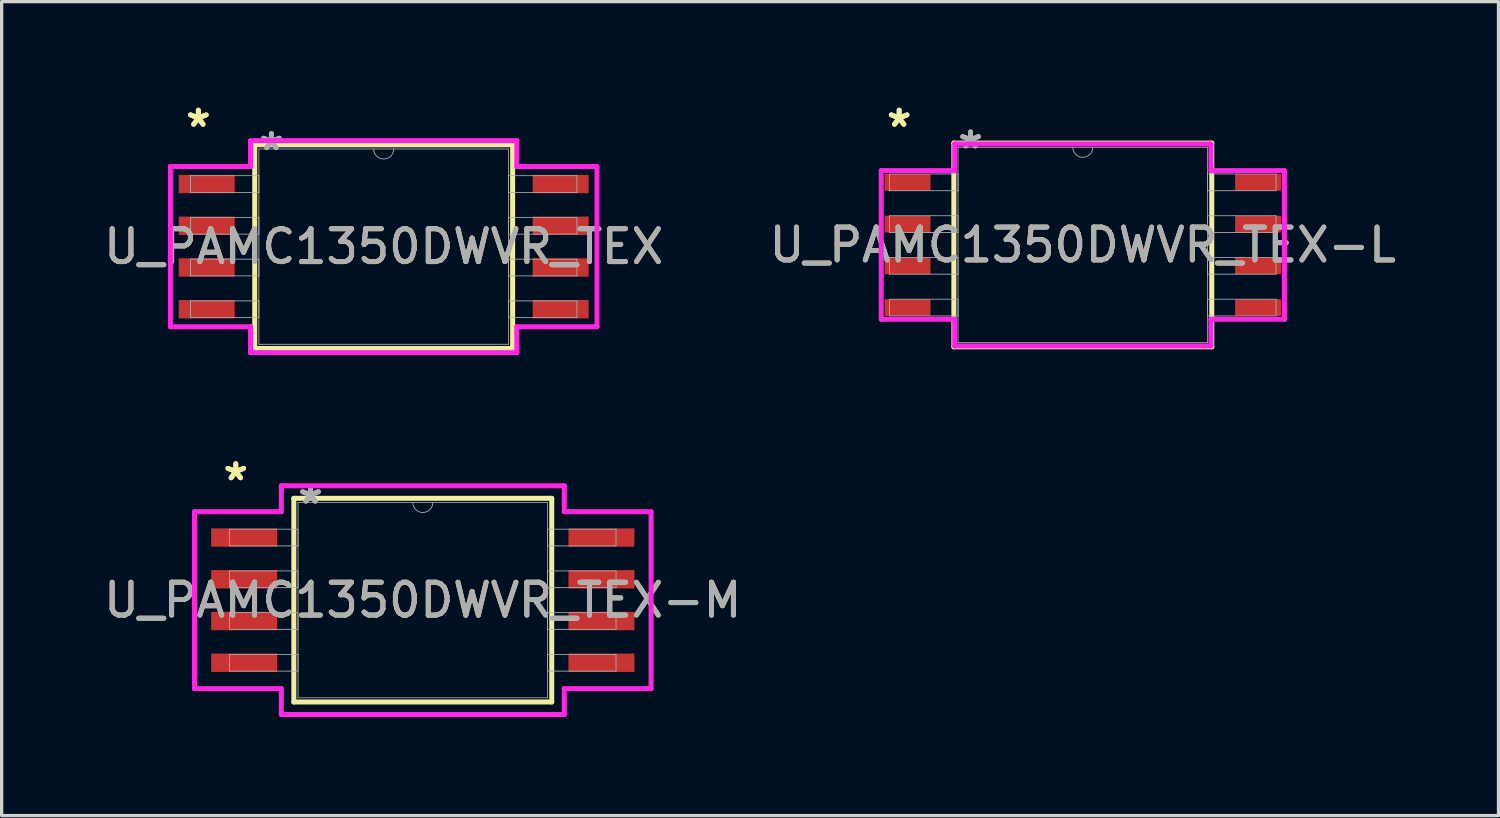
<source format=kicad_pcb>
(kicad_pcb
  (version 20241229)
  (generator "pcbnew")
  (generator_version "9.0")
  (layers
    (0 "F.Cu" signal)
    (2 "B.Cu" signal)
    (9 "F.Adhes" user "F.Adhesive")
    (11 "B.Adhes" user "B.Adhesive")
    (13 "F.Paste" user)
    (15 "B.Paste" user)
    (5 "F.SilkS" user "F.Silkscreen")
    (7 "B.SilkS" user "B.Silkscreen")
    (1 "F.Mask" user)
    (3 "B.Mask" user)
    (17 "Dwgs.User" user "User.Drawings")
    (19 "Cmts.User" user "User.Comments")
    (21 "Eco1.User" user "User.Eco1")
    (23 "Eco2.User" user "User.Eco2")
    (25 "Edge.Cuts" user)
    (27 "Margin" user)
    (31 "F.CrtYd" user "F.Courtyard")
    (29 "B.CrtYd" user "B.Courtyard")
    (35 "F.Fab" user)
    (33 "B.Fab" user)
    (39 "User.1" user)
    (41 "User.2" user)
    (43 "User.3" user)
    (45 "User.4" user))
  (footprint "U_PAMC1350DWVR_TEX-L"
    (layer "F.Cu")
    (at 29.899 4.404)
    (property "Reference" "U_PAMC1350DWVR_TEX-L" (at 0 0 0) (unlocked yes) (layer "F.SilkS") (effects (font (size 1 1) (thickness 0.15))))
    (attr smd)
    (fp_line (start -3.924 -3.099) (end -3.924 3.099) (stroke (width 0.152) (type solid)) (layer "F.SilkS"))
    (fp_line (start -3.924 3.099) (end 3.924 3.099) (stroke (width 0.152) (type solid)) (layer "F.SilkS"))
    (fp_line (start 3.924 -3.099) (end -3.924 -3.099) (stroke (width 0.152) (type solid)) (layer "F.SilkS"))
    (fp_line (start 3.924 3.099) (end 3.924 -3.099) (stroke (width 0.152) (type solid)) (layer "F.SilkS"))
    (fp_line (start -6.134 -2.261) (end -3.899 -2.261) (stroke (width 0.152) (type solid)) (layer "F.CrtYd"))
    (fp_line (start -6.134 2.261) (end -6.134 -2.261) (stroke (width 0.152) (type solid)) (layer "F.CrtYd"))
    (fp_line (start -6.134 2.261) (end -3.899 2.261) (stroke (width 0.152) (type solid)) (layer "F.CrtYd"))
    (fp_line (start -3.899 -3.073) (end 3.899 -3.073) (stroke (width 0.152) (type solid)) (layer "F.CrtYd"))
    (fp_line (start -3.899 -2.261) (end -3.899 -3.073) (stroke (width 0.152) (type solid)) (layer "F.CrtYd"))
    (fp_line (start -3.899 3.073) (end -3.899 2.261) (stroke (width 0.152) (type solid)) (layer "F.CrtYd"))
    (fp_line (start 3.899 -3.073) (end 3.899 -2.261) (stroke (width 0.152) (type solid)) (layer "F.CrtYd"))
    (fp_line (start 3.899 2.261) (end 3.899 3.073) (stroke (width 0.152) (type solid)) (layer "F.CrtYd"))
    (fp_line (start 3.899 3.073) (end -3.899 3.073) (stroke (width 0.152) (type solid)) (layer "F.CrtYd"))
    (fp_line (start 6.134 -2.261) (end 3.899 -2.261) (stroke (width 0.152) (type solid)) (layer "F.CrtYd"))
    (fp_line (start 6.134 -2.261) (end 6.134 2.261) (stroke (width 0.152) (type solid)) (layer "F.CrtYd"))
    (fp_line (start 6.134 2.261) (end 3.899 2.261) (stroke (width 0.152) (type solid)) (layer "F.CrtYd"))
    (fp_line (start -5.88 -2.159) (end -5.88 -1.651) (stroke (width 0.025) (type solid)) (layer "F.Fab"))
    (fp_line (start -5.88 -1.651) (end -3.797 -1.651) (stroke (width 0.025) (type solid)) (layer "F.Fab"))
    (fp_line (start -5.88 -0.889) (end -5.88 -0.381) (stroke (width 0.025) (type solid)) (layer "F.Fab"))
    (fp_line (start -5.88 -0.381) (end -3.797 -0.381) (stroke (width 0.025) (type solid)) (layer "F.Fab"))
    (fp_line (start -5.88 0.381) (end -5.88 0.889) (stroke (width 0.025) (type solid)) (layer "F.Fab"))
    (fp_line (start -5.88 0.889) (end -3.797 0.889) (stroke (width 0.025) (type solid)) (layer "F.Fab"))
    (fp_line (start -5.88 1.651) (end -5.88 2.159) (stroke (width 0.025) (type solid)) (layer "F.Fab"))
    (fp_line (start -5.88 2.159) (end -3.797 2.159) (stroke (width 0.025) (type solid)) (layer "F.Fab"))
    (fp_line (start -3.797 -2.972) (end -3.797 2.972) (stroke (width 0.025) (type solid)) (layer "F.Fab"))
    (fp_line (start -3.797 -2.159) (end -5.88 -2.159) (stroke (width 0.025) (type solid)) (layer "F.Fab"))
    (fp_line (start -3.797 -1.651) (end -3.797 -2.159) (stroke (width 0.025) (type solid)) (layer "F.Fab"))
    (fp_line (start -3.797 -0.889) (end -5.88 -0.889) (stroke (width 0.025) (type solid)) (layer "F.Fab"))
    (fp_line (start -3.797 -0.381) (end -3.797 -0.889) (stroke (width 0.025) (type solid)) (layer "F.Fab"))
    (fp_line (start -3.797 0.381) (end -5.88 0.381) (stroke (width 0.025) (type solid)) (layer "F.Fab"))
    (fp_line (start -3.797 0.889) (end -3.797 0.381) (stroke (width 0.025) (type solid)) (layer "F.Fab"))
    (fp_line (start -3.797 1.651) (end -5.88 1.651) (stroke (width 0.025) (type solid)) (layer "F.Fab"))
    (fp_line (start -3.797 2.159) (end -3.797 1.651) (stroke (width 0.025) (type solid)) (layer "F.Fab"))
    (fp_line (start -3.797 2.972) (end 3.797 2.972) (stroke (width 0.025) (type solid)) (layer "F.Fab"))
    (fp_line (start 3.797 -2.972) (end -3.797 -2.972) (stroke (width 0.025) (type solid)) (layer "F.Fab"))
    (fp_line (start 3.797 -2.159) (end 3.797 -1.651) (stroke (width 0.025) (type solid)) (layer "F.Fab"))
    (fp_line (start 3.797 -1.651) (end 5.88 -1.651) (stroke (width 0.025) (type solid)) (layer "F.Fab"))
    (fp_line (start 3.797 -0.889) (end 3.797 -0.381) (stroke (width 0.025) (type solid)) (layer "F.Fab"))
    (fp_line (start 3.797 -0.381) (end 5.88 -0.381) (stroke (width 0.025) (type solid)) (layer "F.Fab"))
    (fp_line (start 3.797 0.381) (end 3.797 0.889) (stroke (width 0.025) (type solid)) (layer "F.Fab"))
    (fp_line (start 3.797 0.889) (end 5.88 0.889) (stroke (width 0.025) (type solid)) (layer "F.Fab"))
    (fp_line (start 3.797 1.651) (end 3.797 2.159) (stroke (width 0.025) (type solid)) (layer "F.Fab"))
    (fp_line (start 3.797 2.159) (end 5.88 2.159) (stroke (width 0.025) (type solid)) (layer "F.Fab"))
    (fp_line (start 3.797 2.972) (end 3.797 -2.972) (stroke (width 0.025) (type solid)) (layer "F.Fab"))
    (fp_line (start 5.88 -2.159) (end 3.797 -2.159) (stroke (width 0.025) (type solid)) (layer "F.Fab"))
    (fp_line (start 5.88 -1.651) (end 5.88 -2.159) (stroke (width 0.025) (type solid)) (layer "F.Fab"))
    (fp_line (start 5.88 -0.889) (end 3.797 -0.889) (stroke (width 0.025) (type solid)) (layer "F.Fab"))
    (fp_line (start 5.88 -0.381) (end 5.88 -0.889) (stroke (width 0.025) (type solid)) (layer "F.Fab"))
    (fp_line (start 5.88 0.381) (end 3.797 0.381) (stroke (width 0.025) (type solid)) (layer "F.Fab"))
    (fp_line (start 5.88 0.889) (end 5.88 0.381) (stroke (width 0.025) (type solid)) (layer "F.Fab"))
    (fp_line (start 5.88 1.651) (end 3.797 1.651) (stroke (width 0.025) (type solid)) (layer "F.Fab"))
    (fp_line (start 5.88 2.159) (end 5.88 1.651) (stroke (width 0.025) (type solid)) (layer "F.Fab"))
    (fp_arc (start 0.3048 -2.9718) (mid 0 -2.667) (end -0.3048 -2.9718) (stroke (width 0.0254) (type solid)) (layer "F.Fab"))
    (fp_text user "*" (at -5.588 -3.556 0) (layer "F.SilkS") (effects (font (size 1 1) (thickness 0.15))))
    (fp_text user "*" (at -5.588 -3.556 0) (unlocked yes) (layer "F.SilkS") (effects (font (size 1 1) (thickness 0.15))))
    (fp_text user "*" (at -3.416 -2.896 0) (unlocked yes) (layer "F.Fab") (effects (font (size 1 1) (thickness 0.15))))
    (fp_text user "${REFERENCE}" (at 0 0 0) (unlocked yes) (layer "F.Fab") (effects (font (size 1 1) (thickness 0.15))))
    (fp_text user "*" (at -3.416 -2.896 0) (layer "F.Fab") (effects (font (size 1 1) (thickness 0.15))))
    (pad "1" smd rect (at -5.334 -1.905) (size 1.397 0.508) (layers "F.Cu" "F.Mask" "F.Paste"))
    (pad "2" smd rect (at -5.334 -0.635) (size 1.397 0.508) (layers "F.Cu" "F.Mask" "F.Paste"))
    (pad "3" smd rect (at -5.334 0.635) (size 1.397 0.508) (layers "F.Cu" "F.Mask" "F.Paste"))
    (pad "4" smd rect (at -5.334 1.905) (size 1.397 0.508) (layers "F.Cu" "F.Mask" "F.Paste"))
    (pad "5" smd rect (at 5.334 1.905) (size 1.397 0.508) (layers "F.Cu" "F.Mask" "F.Paste"))
    (pad "6" smd rect (at 5.334 0.635) (size 1.397 0.508) (layers "F.Cu" "F.Mask" "F.Paste"))
    (pad "7" smd rect (at 5.334 -0.635) (size 1.397 0.508) (layers "F.Cu" "F.Mask" "F.Paste"))
    (pad "8" smd rect (at 5.334 -1.905) (size 1.397 0.508) (layers "F.Cu" "F.Mask" "F.Paste")))
  (footprint "U_PAMC1350DWVR_TEX-M"
    (layer "F.Cu")
    (at 9.815 15.212)
    (property "Reference" "U_PAMC1350DWVR_TEX-M" (at 0 0 0) (unlocked yes) (layer "F.SilkS") (effects (font (size 1 1) (thickness 0.15))))
    (attr smd)
    (fp_line (start -3.924 -3.099) (end -3.924 3.099) (stroke (width 0.152) (type solid)) (layer "F.SilkS"))
    (fp_line (start -3.924 3.099) (end 3.924 3.099) (stroke (width 0.152) (type solid)) (layer "F.SilkS"))
    (fp_line (start 3.924 -3.099) (end -3.924 -3.099) (stroke (width 0.152) (type solid)) (layer "F.SilkS"))
    (fp_line (start 3.924 3.099) (end 3.924 -3.099) (stroke (width 0.152) (type solid)) (layer "F.SilkS"))
    (fp_line (start -6.947 -2.692) (end -4.305 -2.692) (stroke (width 0.152) (type solid)) (layer "F.CrtYd"))
    (fp_line (start -6.947 2.692) (end -6.947 -2.692) (stroke (width 0.152) (type solid)) (layer "F.CrtYd"))
    (fp_line (start -6.947 2.692) (end -4.305 2.692) (stroke (width 0.152) (type solid)) (layer "F.CrtYd"))
    (fp_line (start -4.305 -3.48) (end 4.305 -3.48) (stroke (width 0.152) (type solid)) (layer "F.CrtYd"))
    (fp_line (start -4.305 -2.692) (end -4.305 -3.48) (stroke (width 0.152) (type solid)) (layer "F.CrtYd"))
    (fp_line (start -4.305 3.48) (end -4.305 2.692) (stroke (width 0.152) (type solid)) (layer "F.CrtYd"))
    (fp_line (start 4.305 -3.48) (end 4.305 -2.692) (stroke (width 0.152) (type solid)) (layer "F.CrtYd"))
    (fp_line (start 4.305 2.692) (end 4.305 3.48) (stroke (width 0.152) (type solid)) (layer "F.CrtYd"))
    (fp_line (start 4.305 3.48) (end -4.305 3.48) (stroke (width 0.152) (type solid)) (layer "F.CrtYd"))
    (fp_line (start 6.947 -2.692) (end 4.305 -2.692) (stroke (width 0.152) (type solid)) (layer "F.CrtYd"))
    (fp_line (start 6.947 -2.692) (end 6.947 2.692) (stroke (width 0.152) (type solid)) (layer "F.CrtYd"))
    (fp_line (start 6.947 2.692) (end 4.305 2.692) (stroke (width 0.152) (type solid)) (layer "F.CrtYd"))
    (fp_line (start -5.88 -2.159) (end -5.88 -1.651) (stroke (width 0.025) (type solid)) (layer "F.Fab"))
    (fp_line (start -5.88 -1.651) (end -3.797 -1.651) (stroke (width 0.025) (type solid)) (layer "F.Fab"))
    (fp_line (start -5.88 -0.889) (end -5.88 -0.381) (stroke (width 0.025) (type solid)) (layer "F.Fab"))
    (fp_line (start -5.88 -0.381) (end -3.797 -0.381) (stroke (width 0.025) (type solid)) (layer "F.Fab"))
    (fp_line (start -5.88 0.381) (end -5.88 0.889) (stroke (width 0.025) (type solid)) (layer "F.Fab"))
    (fp_line (start -5.88 0.889) (end -3.797 0.889) (stroke (width 0.025) (type solid)) (layer "F.Fab"))
    (fp_line (start -5.88 1.651) (end -5.88 2.159) (stroke (width 0.025) (type solid)) (layer "F.Fab"))
    (fp_line (start -5.88 2.159) (end -3.797 2.159) (stroke (width 0.025) (type solid)) (layer "F.Fab"))
    (fp_line (start -3.797 -2.972) (end -3.797 2.972) (stroke (width 0.025) (type solid)) (layer "F.Fab"))
    (fp_line (start -3.797 -2.159) (end -5.88 -2.159) (stroke (width 0.025) (type solid)) (layer "F.Fab"))
    (fp_line (start -3.797 -1.651) (end -3.797 -2.159) (stroke (width 0.025) (type solid)) (layer "F.Fab"))
    (fp_line (start -3.797 -0.889) (end -5.88 -0.889) (stroke (width 0.025) (type solid)) (layer "F.Fab"))
    (fp_line (start -3.797 -0.381) (end -3.797 -0.889) (stroke (width 0.025) (type solid)) (layer "F.Fab"))
    (fp_line (start -3.797 0.381) (end -5.88 0.381) (stroke (width 0.025) (type solid)) (layer "F.Fab"))
    (fp_line (start -3.797 0.889) (end -3.797 0.381) (stroke (width 0.025) (type solid)) (layer "F.Fab"))
    (fp_line (start -3.797 1.651) (end -5.88 1.651) (stroke (width 0.025) (type solid)) (layer "F.Fab"))
    (fp_line (start -3.797 2.159) (end -3.797 1.651) (stroke (width 0.025) (type solid)) (layer "F.Fab"))
    (fp_line (start -3.797 2.972) (end 3.797 2.972) (stroke (width 0.025) (type solid)) (layer "F.Fab"))
    (fp_line (start 3.797 -2.972) (end -3.797 -2.972) (stroke (width 0.025) (type solid)) (layer "F.Fab"))
    (fp_line (start 3.797 -2.159) (end 3.797 -1.651) (stroke (width 0.025) (type solid)) (layer "F.Fab"))
    (fp_line (start 3.797 -1.651) (end 5.88 -1.651) (stroke (width 0.025) (type solid)) (layer "F.Fab"))
    (fp_line (start 3.797 -0.889) (end 3.797 -0.381) (stroke (width 0.025) (type solid)) (layer "F.Fab"))
    (fp_line (start 3.797 -0.381) (end 5.88 -0.381) (stroke (width 0.025) (type solid)) (layer "F.Fab"))
    (fp_line (start 3.797 0.381) (end 3.797 0.889) (stroke (width 0.025) (type solid)) (layer "F.Fab"))
    (fp_line (start 3.797 0.889) (end 5.88 0.889) (stroke (width 0.025) (type solid)) (layer "F.Fab"))
    (fp_line (start 3.797 1.651) (end 3.797 2.159) (stroke (width 0.025) (type solid)) (layer "F.Fab"))
    (fp_line (start 3.797 2.159) (end 5.88 2.159) (stroke (width 0.025) (type solid)) (layer "F.Fab"))
    (fp_line (start 3.797 2.972) (end 3.797 -2.972) (stroke (width 0.025) (type solid)) (layer "F.Fab"))
    (fp_line (start 5.88 -2.159) (end 3.797 -2.159) (stroke (width 0.025) (type solid)) (layer "F.Fab"))
    (fp_line (start 5.88 -1.651) (end 5.88 -2.159) (stroke (width 0.025) (type solid)) (layer "F.Fab"))
    (fp_line (start 5.88 -0.889) (end 3.797 -0.889) (stroke (width 0.025) (type solid)) (layer "F.Fab"))
    (fp_line (start 5.88 -0.381) (end 5.88 -0.889) (stroke (width 0.025) (type solid)) (layer "F.Fab"))
    (fp_line (start 5.88 0.381) (end 3.797 0.381) (stroke (width 0.025) (type solid)) (layer "F.Fab"))
    (fp_line (start 5.88 0.889) (end 5.88 0.381) (stroke (width 0.025) (type solid)) (layer "F.Fab"))
    (fp_line (start 5.88 1.651) (end 3.797 1.651) (stroke (width 0.025) (type solid)) (layer "F.Fab"))
    (fp_line (start 5.88 2.159) (end 5.88 1.651) (stroke (width 0.025) (type solid)) (layer "F.Fab"))
    (fp_arc (start 0.3048 -2.9718) (mid 0 -2.667) (end -0.3048 -2.9718) (stroke (width 0.0254) (type solid)) (layer "F.Fab"))
    (fp_text user "*" (at -5.69 -3.607 0) (layer "F.SilkS") (effects (font (size 1 1) (thickness 0.15))))
    (fp_text user "*" (at -5.69 -3.607 0) (unlocked yes) (layer "F.SilkS") (effects (font (size 1 1) (thickness 0.15))))
    (fp_text user "${REFERENCE}" (at 0 0 0) (unlocked yes) (layer "F.Fab") (effects (font (size 1 1) (thickness 0.15))))
    (fp_text user "*" (at -3.416 -2.896 0) (unlocked yes) (layer "F.Fab") (effects (font (size 1 1) (thickness 0.15))))
    (fp_text user "*" (at -3.416 -2.896 0) (layer "F.Fab") (effects (font (size 1 1) (thickness 0.15))))
    (pad "1" smd rect (at -5.436 -1.905) (size 2.007 0.559) (layers "F.Cu" "F.Mask" "F.Paste"))
    (pad "2" smd rect (at -5.436 -0.635) (size 2.007 0.559) (layers "F.Cu" "F.Mask" "F.Paste"))
    (pad "3" smd rect (at -5.436 0.635) (size 2.007 0.559) (layers "F.Cu" "F.Mask" "F.Paste"))
    (pad "4" smd rect (at -5.436 1.905) (size 2.007 0.559) (layers "F.Cu" "F.Mask" "F.Paste"))
    (pad "5" smd rect (at 5.436 1.905) (size 2.007 0.559) (layers "F.Cu" "F.Mask" "F.Paste"))
    (pad "6" smd rect (at 5.436 0.635) (size 2.007 0.559) (layers "F.Cu" "F.Mask" "F.Paste"))
    (pad "7" smd rect (at 5.436 -0.635) (size 2.007 0.559) (layers "F.Cu" "F.Mask" "F.Paste"))
    (pad "8" smd rect (at 5.436 -1.905) (size 2.007 0.559) (layers "F.Cu" "F.Mask" "F.Paste")))
  (footprint "U_PAMC1350DWVR_TEX"
    (layer "F.Cu")
    (at 8.625 4.455)
    (property "Reference" "U_PAMC1350DWVR_TEX" (at 0 0 0) (unlocked yes) (layer "F.SilkS") (effects (font (size 1 1) (thickness 0.15))))
    (attr smd)
    (fp_line (start -3.924 -3.099) (end -3.924 3.099) (stroke (width 0.152) (type solid)) (layer "F.SilkS"))
    (fp_line (start -3.924 3.099) (end 3.924 3.099) (stroke (width 0.152) (type solid)) (layer "F.SilkS"))
    (fp_line (start 3.924 -3.099) (end -3.924 -3.099) (stroke (width 0.152) (type solid)) (layer "F.SilkS"))
    (fp_line (start 3.924 3.099) (end 3.924 -3.099) (stroke (width 0.152) (type solid)) (layer "F.SilkS"))
    (fp_line (start -6.49 -2.438) (end -4.051 -2.438) (stroke (width 0.152) (type solid)) (layer "F.CrtYd"))
    (fp_line (start -6.49 2.438) (end -6.49 -2.438) (stroke (width 0.152) (type solid)) (layer "F.CrtYd"))
    (fp_line (start -6.49 2.438) (end -4.051 2.438) (stroke (width 0.152) (type solid)) (layer "F.CrtYd"))
    (fp_line (start -4.051 -3.226) (end 4.051 -3.226) (stroke (width 0.152) (type solid)) (layer "F.CrtYd"))
    (fp_line (start -4.051 -2.438) (end -4.051 -3.226) (stroke (width 0.152) (type solid)) (layer "F.CrtYd"))
    (fp_line (start -4.051 3.226) (end -4.051 2.438) (stroke (width 0.152) (type solid)) (layer "F.CrtYd"))
    (fp_line (start 4.051 -3.226) (end 4.051 -2.438) (stroke (width 0.152) (type solid)) (layer "F.CrtYd"))
    (fp_line (start 4.051 2.438) (end 4.051 3.226) (stroke (width 0.152) (type solid)) (layer "F.CrtYd"))
    (fp_line (start 4.051 3.226) (end -4.051 3.226) (stroke (width 0.152) (type solid)) (layer "F.CrtYd"))
    (fp_line (start 6.49 -2.438) (end 4.051 -2.438) (stroke (width 0.152) (type solid)) (layer "F.CrtYd"))
    (fp_line (start 6.49 -2.438) (end 6.49 2.438) (stroke (width 0.152) (type solid)) (layer "F.CrtYd"))
    (fp_line (start 6.49 2.438) (end 4.051 2.438) (stroke (width 0.152) (type solid)) (layer "F.CrtYd"))
    (fp_line (start -5.88 -2.159) (end -5.88 -1.651) (stroke (width 0.025) (type solid)) (layer "F.Fab"))
    (fp_line (start -5.88 -1.651) (end -3.797 -1.651) (stroke (width 0.025) (type solid)) (layer "F.Fab"))
    (fp_line (start -5.88 -0.889) (end -5.88 -0.381) (stroke (width 0.025) (type solid)) (layer "F.Fab"))
    (fp_line (start -5.88 -0.381) (end -3.797 -0.381) (stroke (width 0.025) (type solid)) (layer "F.Fab"))
    (fp_line (start -5.88 0.381) (end -5.88 0.889) (stroke (width 0.025) (type solid)) (layer "F.Fab"))
    (fp_line (start -5.88 0.889) (end -3.797 0.889) (stroke (width 0.025) (type solid)) (layer "F.Fab"))
    (fp_line (start -5.88 1.651) (end -5.88 2.159) (stroke (width 0.025) (type solid)) (layer "F.Fab"))
    (fp_line (start -5.88 2.159) (end -3.797 2.159) (stroke (width 0.025) (type solid)) (layer "F.Fab"))
    (fp_line (start -3.797 -2.972) (end -3.797 2.972) (stroke (width 0.025) (type solid)) (layer "F.Fab"))
    (fp_line (start -3.797 -2.159) (end -5.88 -2.159) (stroke (width 0.025) (type solid)) (layer "F.Fab"))
    (fp_line (start -3.797 -1.651) (end -3.797 -2.159) (stroke (width 0.025) (type solid)) (layer "F.Fab"))
    (fp_line (start -3.797 -0.889) (end -5.88 -0.889) (stroke (width 0.025) (type solid)) (layer "F.Fab"))
    (fp_line (start -3.797 -0.381) (end -3.797 -0.889) (stroke (width 0.025) (type solid)) (layer "F.Fab"))
    (fp_line (start -3.797 0.381) (end -5.88 0.381) (stroke (width 0.025) (type solid)) (layer "F.Fab"))
    (fp_line (start -3.797 0.889) (end -3.797 0.381) (stroke (width 0.025) (type solid)) (layer "F.Fab"))
    (fp_line (start -3.797 1.651) (end -5.88 1.651) (stroke (width 0.025) (type solid)) (layer "F.Fab"))
    (fp_line (start -3.797 2.159) (end -3.797 1.651) (stroke (width 0.025) (type solid)) (layer "F.Fab"))
    (fp_line (start -3.797 2.972) (end 3.797 2.972) (stroke (width 0.025) (type solid)) (layer "F.Fab"))
    (fp_line (start 3.797 -2.972) (end -3.797 -2.972) (stroke (width 0.025) (type solid)) (layer "F.Fab"))
    (fp_line (start 3.797 -2.159) (end 3.797 -1.651) (stroke (width 0.025) (type solid)) (layer "F.Fab"))
    (fp_line (start 3.797 -1.651) (end 5.88 -1.651) (stroke (width 0.025) (type solid)) (layer "F.Fab"))
    (fp_line (start 3.797 -0.889) (end 3.797 -0.381) (stroke (width 0.025) (type solid)) (layer "F.Fab"))
    (fp_line (start 3.797 -0.381) (end 5.88 -0.381) (stroke (width 0.025) (type solid)) (layer "F.Fab"))
    (fp_line (start 3.797 0.381) (end 3.797 0.889) (stroke (width 0.025) (type solid)) (layer "F.Fab"))
    (fp_line (start 3.797 0.889) (end 5.88 0.889) (stroke (width 0.025) (type solid)) (layer "F.Fab"))
    (fp_line (start 3.797 1.651) (end 3.797 2.159) (stroke (width 0.025) (type solid)) (layer "F.Fab"))
    (fp_line (start 3.797 2.159) (end 5.88 2.159) (stroke (width 0.025) (type solid)) (layer "F.Fab"))
    (fp_line (start 3.797 2.972) (end 3.797 -2.972) (stroke (width 0.025) (type solid)) (layer "F.Fab"))
    (fp_line (start 5.88 -2.159) (end 3.797 -2.159) (stroke (width 0.025) (type solid)) (layer "F.Fab"))
    (fp_line (start 5.88 -1.651) (end 5.88 -2.159) (stroke (width 0.025) (type solid)) (layer "F.Fab"))
    (fp_line (start 5.88 -0.889) (end 3.797 -0.889) (stroke (width 0.025) (type solid)) (layer "F.Fab"))
    (fp_line (start 5.88 -0.381) (end 5.88 -0.889) (stroke (width 0.025) (type solid)) (layer "F.Fab"))
    (fp_line (start 5.88 0.381) (end 3.797 0.381) (stroke (width 0.025) (type solid)) (layer "F.Fab"))
    (fp_line (start 5.88 0.889) (end 5.88 0.381) (stroke (width 0.025) (type solid)) (layer "F.Fab"))
    (fp_line (start 5.88 1.651) (end 3.797 1.651) (stroke (width 0.025) (type solid)) (layer "F.Fab"))
    (fp_line (start 5.88 2.159) (end 5.88 1.651) (stroke (width 0.025) (type solid)) (layer "F.Fab"))
    (fp_arc (start 0.3048 -2.9718) (mid 0 -2.667) (end -0.3048 -2.9718) (stroke (width 0.0254) (type solid)) (layer "F.Fab"))
    (fp_text user "*" (at -5.639 -3.607 0) (unlocked yes) (layer "F.SilkS") (effects (font (size 1 1) (thickness 0.15))))
    (fp_text user "*" (at -5.639 -3.607 0) (layer "F.SilkS") (effects (font (size 1 1) (thickness 0.15))))
    (fp_text user "*" (at -3.416 -2.896 0) (unlocked yes) (layer "F.Fab") (effects (font (size 1 1) (thickness 0.15))))
    (fp_text user "${REFERENCE}" (at 0 0 0) (unlocked yes) (layer "F.Fab") (effects (font (size 1 1) (thickness 0.15))))
    (fp_text user "*" (at -3.416 -2.896 0) (layer "F.Fab") (effects (font (size 1 1) (thickness 0.15))))
    (pad "1" smd rect (at -5.385 -1.905) (size 1.702 0.559) (layers "F.Cu" "F.Mask" "F.Paste"))
    (pad "2" smd rect (at -5.385 -0.635) (size 1.702 0.559) (layers "F.Cu" "F.Mask" "F.Paste"))
    (pad "3" smd rect (at -5.385 0.635) (size 1.702 0.559) (layers "F.Cu" "F.Mask" "F.Paste"))
    (pad "4" smd rect (at -5.385 1.905) (size 1.702 0.559) (layers "F.Cu" "F.Mask" "F.Paste"))
    (pad "5" smd rect (at 5.385 1.905) (size 1.702 0.559) (layers "F.Cu" "F.Mask" "F.Paste"))
    (pad "6" smd rect (at 5.385 0.635) (size 1.702 0.559) (layers "F.Cu" "F.Mask" "F.Paste"))
    (pad "7" smd rect (at 5.385 -0.635) (size 1.702 0.559) (layers "F.Cu" "F.Mask" "F.Paste"))
    (pad "8" smd rect (at 5.385 -1.905) (size 1.702 0.559) (layers "F.Cu" "F.Mask" "F.Paste")))
  (gr_rect
    (start -3 -3)
    (end 42.548 21.768)
    (stroke (width 0.1) (type default))
    (fill no)
    (layer "Edge.Cuts")))
</source>
